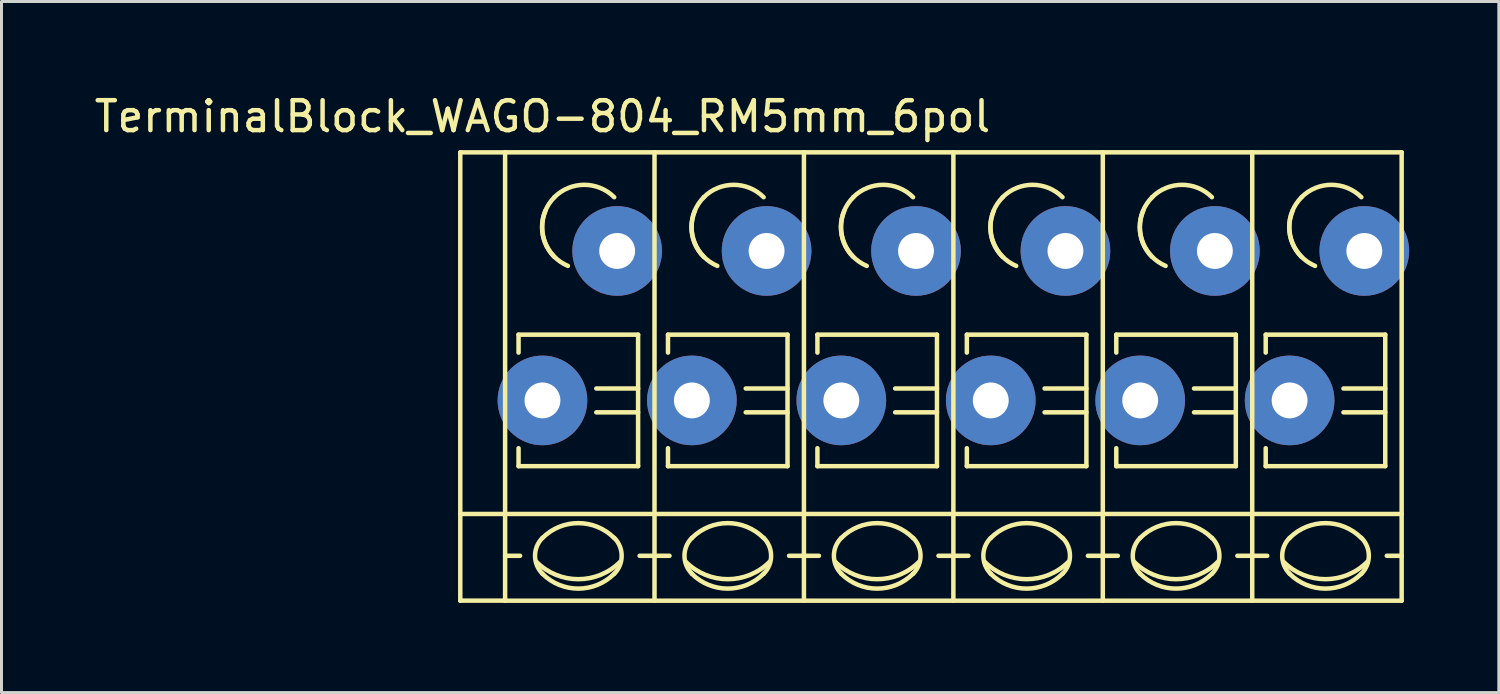
<source format=kicad_pcb>
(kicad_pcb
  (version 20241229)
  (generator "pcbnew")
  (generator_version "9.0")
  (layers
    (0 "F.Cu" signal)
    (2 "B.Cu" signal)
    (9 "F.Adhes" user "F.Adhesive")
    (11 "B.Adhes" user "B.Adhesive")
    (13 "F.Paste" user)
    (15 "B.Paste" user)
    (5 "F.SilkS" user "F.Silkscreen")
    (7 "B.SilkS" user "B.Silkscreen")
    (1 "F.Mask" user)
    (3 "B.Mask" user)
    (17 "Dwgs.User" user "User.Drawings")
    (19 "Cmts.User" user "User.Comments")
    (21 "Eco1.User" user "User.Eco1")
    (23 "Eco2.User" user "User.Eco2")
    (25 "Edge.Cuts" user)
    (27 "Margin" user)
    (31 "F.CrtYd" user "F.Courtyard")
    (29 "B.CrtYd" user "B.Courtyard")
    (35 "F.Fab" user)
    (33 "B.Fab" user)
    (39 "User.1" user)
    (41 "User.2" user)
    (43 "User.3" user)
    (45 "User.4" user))
  (footprint "TerminalBlock_WAGO-804_RM5mm_6pol"
    (layer "F.Cu")
    (at 15.101 10.348)
    (property "Reference" "TerminalBlock_WAGO-804_RM5mm_6pol" (at 0 -9.5 0) (layer "F.SilkS") (effects (font (size 1 1) (thickness 0.15))))
    (attr through_hole)
    (fp_line (start -2.75 -8.3) (end -1.25 -8.3) (stroke (width 0.15) (type solid)) (layer "F.SilkS"))
    (fp_line (start -2.75 6.7) (end -2.75 -8.3) (stroke (width 0.15) (type solid)) (layer "F.SilkS"))
    (fp_line (start -1.25 6.7) (end -2.75 6.7) (stroke (width 0.15) (type solid)) (layer "F.SilkS"))
    (fp_line (start -1.25 5.199) (end -0.749 5.199) (stroke (width 0.15) (type solid)) (layer "F.SilkS"))
    (fp_line (start -1.25 6.701) (end -1.25 -8.301) (stroke (width 0.15) (type solid)) (layer "F.SilkS"))
    (fp_line (start -0.8 -2.2) (end -0.8 -1.6) (stroke (width 0.15) (type solid)) (layer "F.SilkS"))
    (fp_line (start -0.8 -2.2) (end 3.2 -2.2) (stroke (width 0.15) (type solid)) (layer "F.SilkS"))
    (fp_line (start -0.8 2.2) (end -0.8 1.6) (stroke (width 0.15) (type solid)) (layer "F.SilkS"))
    (fp_line (start 3.2 -2.2) (end 3.2 2.2) (stroke (width 0.15) (type solid)) (layer "F.SilkS"))
    (fp_line (start 3.2 -0.399) (end 1.801 -0.399) (stroke (width 0.15) (type solid)) (layer "F.SilkS"))
    (fp_line (start 3.2 0.399) (end 1.801 0.399) (stroke (width 0.15) (type solid)) (layer "F.SilkS"))
    (fp_line (start 3.2 2.2) (end -0.8 2.2) (stroke (width 0.15) (type solid)) (layer "F.SilkS"))
    (fp_line (start 3.749 -8.301) (end -1.25 -8.301) (stroke (width 0.15) (type solid)) (layer "F.SilkS"))
    (fp_line (start 3.749 -8.301) (end 3.749 6.701) (stroke (width 0.15) (type solid)) (layer "F.SilkS"))
    (fp_line (start 3.749 5.199) (end 3.251 5.199) (stroke (width 0.15) (type solid)) (layer "F.SilkS"))
    (fp_line (start 3.749 6.701) (end -1.25 6.701) (stroke (width 0.15) (type solid)) (layer "F.SilkS"))
    (fp_line (start 3.75 3.8) (end -2.75 3.8) (stroke (width 0.15) (type solid)) (layer "F.SilkS"))
    (fp_line (start 3.75 3.8) (end 8.75 3.8) (stroke (width 0.15) (type solid)) (layer "F.SilkS"))
    (fp_line (start 3.75 5.199) (end 4.251 5.199) (stroke (width 0.15) (type solid)) (layer "F.SilkS"))
    (fp_line (start 4.2 -2.2) (end 4.2 -1.6) (stroke (width 0.15) (type solid)) (layer "F.SilkS"))
    (fp_line (start 4.2 -2.2) (end 8.2 -2.2) (stroke (width 0.15) (type solid)) (layer "F.SilkS"))
    (fp_line (start 4.2 2.2) (end 4.2 1.6) (stroke (width 0.15) (type solid)) (layer "F.SilkS"))
    (fp_line (start 8.2 -2.2) (end 8.2 2.2) (stroke (width 0.15) (type solid)) (layer "F.SilkS"))
    (fp_line (start 8.2 -0.399) (end 6.801 -0.399) (stroke (width 0.15) (type solid)) (layer "F.SilkS"))
    (fp_line (start 8.2 0.399) (end 6.801 0.399) (stroke (width 0.15) (type solid)) (layer "F.SilkS"))
    (fp_line (start 8.2 2.2) (end 4.2 2.2) (stroke (width 0.15) (type solid)) (layer "F.SilkS"))
    (fp_line (start 8.749 -8.301) (end 3.75 -8.301) (stroke (width 0.15) (type solid)) (layer "F.SilkS"))
    (fp_line (start 8.749 -8.301) (end 8.749 6.701) (stroke (width 0.15) (type solid)) (layer "F.SilkS"))
    (fp_line (start 8.749 5.199) (end 8.251 5.199) (stroke (width 0.15) (type solid)) (layer "F.SilkS"))
    (fp_line (start 8.749 6.701) (end 3.75 6.701) (stroke (width 0.15) (type solid)) (layer "F.SilkS"))
    (fp_line (start 8.75 3.8) (end 13.75 3.8) (stroke (width 0.15) (type solid)) (layer "F.SilkS"))
    (fp_line (start 8.75 5.199) (end 9.251 5.199) (stroke (width 0.15) (type solid)) (layer "F.SilkS"))
    (fp_line (start 9.2 -2.2) (end 9.2 -1.6) (stroke (width 0.15) (type solid)) (layer "F.SilkS"))
    (fp_line (start 9.2 -2.2) (end 13.2 -2.2) (stroke (width 0.15) (type solid)) (layer "F.SilkS"))
    (fp_line (start 9.2 2.2) (end 9.2 1.6) (stroke (width 0.15) (type solid)) (layer "F.SilkS"))
    (fp_line (start 13.2 -2.2) (end 13.2 2.2) (stroke (width 0.15) (type solid)) (layer "F.SilkS"))
    (fp_line (start 13.2 -0.399) (end 11.801 -0.399) (stroke (width 0.15) (type solid)) (layer "F.SilkS"))
    (fp_line (start 13.2 0.399) (end 11.801 0.399) (stroke (width 0.15) (type solid)) (layer "F.SilkS"))
    (fp_line (start 13.2 2.2) (end 9.2 2.2) (stroke (width 0.15) (type solid)) (layer "F.SilkS"))
    (fp_line (start 13.749 -8.301) (end 8.75 -8.301) (stroke (width 0.15) (type solid)) (layer "F.SilkS"))
    (fp_line (start 13.749 -8.301) (end 13.749 6.701) (stroke (width 0.15) (type solid)) (layer "F.SilkS"))
    (fp_line (start 13.749 5.199) (end 13.251 5.199) (stroke (width 0.15) (type solid)) (layer "F.SilkS"))
    (fp_line (start 13.749 6.701) (end 8.75 6.701) (stroke (width 0.15) (type solid)) (layer "F.SilkS"))
    (fp_line (start 13.75 3.8) (end 18.75 3.8) (stroke (width 0.15) (type solid)) (layer "F.SilkS"))
    (fp_line (start 13.75 5.199) (end 14.251 5.199) (stroke (width 0.15) (type solid)) (layer "F.SilkS"))
    (fp_line (start 14.2 -2.2) (end 14.2 -1.6) (stroke (width 0.15) (type solid)) (layer "F.SilkS"))
    (fp_line (start 14.2 -2.2) (end 18.2 -2.2) (stroke (width 0.15) (type solid)) (layer "F.SilkS"))
    (fp_line (start 14.2 2.2) (end 14.2 1.6) (stroke (width 0.15) (type solid)) (layer "F.SilkS"))
    (fp_line (start 18.2 -2.2) (end 18.2 2.2) (stroke (width 0.15) (type solid)) (layer "F.SilkS"))
    (fp_line (start 18.2 -0.399) (end 16.801 -0.399) (stroke (width 0.15) (type solid)) (layer "F.SilkS"))
    (fp_line (start 18.2 0.399) (end 16.801 0.399) (stroke (width 0.15) (type solid)) (layer "F.SilkS"))
    (fp_line (start 18.2 2.2) (end 14.2 2.2) (stroke (width 0.15) (type solid)) (layer "F.SilkS"))
    (fp_line (start 18.749 -8.301) (end 13.75 -8.301) (stroke (width 0.15) (type solid)) (layer "F.SilkS"))
    (fp_line (start 18.749 -8.301) (end 18.749 6.701) (stroke (width 0.15) (type solid)) (layer "F.SilkS"))
    (fp_line (start 18.749 5.199) (end 18.251 5.199) (stroke (width 0.15) (type solid)) (layer "F.SilkS"))
    (fp_line (start 18.749 6.701) (end 13.75 6.701) (stroke (width 0.15) (type solid)) (layer "F.SilkS"))
    (fp_line (start 18.75 3.8) (end 23.75 3.8) (stroke (width 0.15) (type solid)) (layer "F.SilkS"))
    (fp_line (start 18.75 5.199) (end 19.251 5.199) (stroke (width 0.15) (type solid)) (layer "F.SilkS"))
    (fp_line (start 19.2 -2.2) (end 19.2 -1.6) (stroke (width 0.15) (type solid)) (layer "F.SilkS"))
    (fp_line (start 19.2 -2.2) (end 23.2 -2.2) (stroke (width 0.15) (type solid)) (layer "F.SilkS"))
    (fp_line (start 19.2 2.2) (end 19.2 1.6) (stroke (width 0.15) (type solid)) (layer "F.SilkS"))
    (fp_line (start 23.2 -2.2) (end 23.2 2.2) (stroke (width 0.15) (type solid)) (layer "F.SilkS"))
    (fp_line (start 23.2 -0.399) (end 21.801 -0.399) (stroke (width 0.15) (type solid)) (layer "F.SilkS"))
    (fp_line (start 23.2 0.399) (end 21.801 0.399) (stroke (width 0.15) (type solid)) (layer "F.SilkS"))
    (fp_line (start 23.2 2.2) (end 19.2 2.2) (stroke (width 0.15) (type solid)) (layer "F.SilkS"))
    (fp_line (start 23.749 -8.301) (end 18.75 -8.301) (stroke (width 0.15) (type solid)) (layer "F.SilkS"))
    (fp_line (start 23.749 -8.301) (end 23.749 6.701) (stroke (width 0.15) (type solid)) (layer "F.SilkS"))
    (fp_line (start 23.749 5.199) (end 23.251 5.199) (stroke (width 0.15) (type solid)) (layer "F.SilkS"))
    (fp_line (start 23.749 6.701) (end 18.75 6.701) (stroke (width 0.15) (type solid)) (layer "F.SilkS"))
    (fp_line (start 23.75 3.8) (end 28.75 3.8) (stroke (width 0.15) (type solid)) (layer "F.SilkS"))
    (fp_line (start 23.75 5.199) (end 24.251 5.199) (stroke (width 0.15) (type solid)) (layer "F.SilkS"))
    (fp_line (start 24.2 -2.2) (end 24.2 -1.6) (stroke (width 0.15) (type solid)) (layer "F.SilkS"))
    (fp_line (start 24.2 -2.2) (end 28.2 -2.2) (stroke (width 0.15) (type solid)) (layer "F.SilkS"))
    (fp_line (start 24.2 2.2) (end 24.2 1.6) (stroke (width 0.15) (type solid)) (layer "F.SilkS"))
    (fp_line (start 28.2 -2.2) (end 28.2 2.2) (stroke (width 0.15) (type solid)) (layer "F.SilkS"))
    (fp_line (start 28.2 -0.399) (end 26.801 -0.399) (stroke (width 0.15) (type solid)) (layer "F.SilkS"))
    (fp_line (start 28.2 0.399) (end 26.801 0.399) (stroke (width 0.15) (type solid)) (layer "F.SilkS"))
    (fp_line (start 28.2 2.2) (end 24.2 2.2) (stroke (width 0.15) (type solid)) (layer "F.SilkS"))
    (fp_line (start 28.749 -8.301) (end 23.75 -8.301) (stroke (width 0.15) (type solid)) (layer "F.SilkS"))
    (fp_line (start 28.749 -8.301) (end 28.749 6.701) (stroke (width 0.15) (type solid)) (layer "F.SilkS"))
    (fp_line (start 28.749 5.199) (end 28.251 5.199) (stroke (width 0.15) (type solid)) (layer "F.SilkS"))
    (fp_line (start 28.749 6.701) (end 23.75 6.701) (stroke (width 0.15) (type solid)) (layer "F.SilkS"))
    (fp_arc (start 0 4.60248) (mid 1.19888 4.105888) (end 2.39776 4.60248) (stroke (width 0.15) (type solid)) (layer "F.SilkS"))
    (fp_arc (start 0 5.79882) (mid -0.248296 5.19938) (end 0 4.59994) (stroke (width 0.15) (type solid)) (layer "F.SilkS"))
    (fp_arc (start 0.39878 -6.79958) (mid 1.39954 -7.214108) (end 2.4003 -6.79958) (stroke (width 0.15) (type solid)) (layer "F.SilkS"))
    (fp_arc (start 0.39878 -4.8006) (mid -0.013952 -5.800616) (end 0.40132 -6.79958) (stroke (width 0.15) (type solid)) (layer "F.SilkS"))
    (fp_arc (start 0.8509 -4.50088) (mid 0.093811 -5.268985) (end 0.1016 -6.34746) (stroke (width 0.15) (type solid)) (layer "F.SilkS"))
    (fp_arc (start 2.4003 5.79882) (mid 1.200676 6.297208) (end 0 5.80136) (stroke (width 0.15) (type solid)) (layer "F.SilkS"))
    (fp_arc (start 2.40284 4.59994) (mid 2.650392 5.201176) (end 2.4003 5.80136) (stroke (width 0.15) (type solid)) (layer "F.SilkS"))
    (fp_arc (start 2.60096 5.40004) (mid 1.200676 5.981545) (end -0.20066 5.40258) (stroke (width 0.15) (type solid)) (layer "F.SilkS"))
    (fp_arc (start 5 4.60248) (mid 6.19888 4.105888) (end 7.39776 4.60248) (stroke (width 0.15) (type solid)) (layer "F.SilkS"))
    (fp_arc (start 5 5.79882) (mid 4.751704 5.19938) (end 5 4.59994) (stroke (width 0.15) (type solid)) (layer "F.SilkS"))
    (fp_arc (start 5.39878 -6.79958) (mid 6.39954 -7.214108) (end 7.4003 -6.79958) (stroke (width 0.15) (type solid)) (layer "F.SilkS"))
    (fp_arc (start 5.39878 -4.8006) (mid 4.986048 -5.800616) (end 5.40132 -6.79958) (stroke (width 0.15) (type solid)) (layer "F.SilkS"))
    (fp_arc (start 5.8509 -4.50088) (mid 5.093811 -5.268985) (end 5.1016 -6.34746) (stroke (width 0.15) (type solid)) (layer "F.SilkS"))
    (fp_arc (start 7.4003 5.79882) (mid 6.200676 6.297208) (end 5 5.80136) (stroke (width 0.15) (type solid)) (layer "F.SilkS"))
    (fp_arc (start 7.40284 4.59994) (mid 7.650392 5.201176) (end 7.4003 5.80136) (stroke (width 0.15) (type solid)) (layer "F.SilkS"))
    (fp_arc (start 7.60096 5.40004) (mid 6.200676 5.981545) (end 4.79934 5.40258) (stroke (width 0.15) (type solid)) (layer "F.SilkS"))
    (fp_arc (start 10 4.60248) (mid 11.19888 4.105888) (end 12.39776 4.60248) (stroke (width 0.15) (type solid)) (layer "F.SilkS"))
    (fp_arc (start 10 5.79882) (mid 9.751704 5.19938) (end 10 4.59994) (stroke (width 0.15) (type solid)) (layer "F.SilkS"))
    (fp_arc (start 10.39878 -6.79958) (mid 11.39954 -7.214108) (end 12.4003 -6.79958) (stroke (width 0.15) (type solid)) (layer "F.SilkS"))
    (fp_arc (start 10.39878 -4.8006) (mid 9.986048 -5.800616) (end 10.40132 -6.79958) (stroke (width 0.15) (type solid)) (layer "F.SilkS"))
    (fp_arc (start 10.8509 -4.50088) (mid 10.093811 -5.268985) (end 10.1016 -6.34746) (stroke (width 0.15) (type solid)) (layer "F.SilkS"))
    (fp_arc (start 12.4003 5.79882) (mid 11.200676 6.297208) (end 10 5.80136) (stroke (width 0.15) (type solid)) (layer "F.SilkS"))
    (fp_arc (start 12.40284 4.59994) (mid 12.650392 5.201176) (end 12.4003 5.80136) (stroke (width 0.15) (type solid)) (layer "F.SilkS"))
    (fp_arc (start 12.60096 5.40004) (mid 11.200676 5.981545) (end 9.79934 5.40258) (stroke (width 0.15) (type solid)) (layer "F.SilkS"))
    (fp_arc (start 15 4.60248) (mid 16.19888 4.105888) (end 17.39776 4.60248) (stroke (width 0.15) (type solid)) (layer "F.SilkS"))
    (fp_arc (start 15 5.79882) (mid 14.751704 5.19938) (end 15 4.59994) (stroke (width 0.15) (type solid)) (layer "F.SilkS"))
    (fp_arc (start 15.39878 -6.79958) (mid 16.39954 -7.214108) (end 17.4003 -6.79958) (stroke (width 0.15) (type solid)) (layer "F.SilkS"))
    (fp_arc (start 15.39878 -4.8006) (mid 14.986048 -5.800616) (end 15.40132 -6.79958) (stroke (width 0.15) (type solid)) (layer "F.SilkS"))
    (fp_arc (start 15.8509 -4.50088) (mid 15.093811 -5.268985) (end 15.1016 -6.34746) (stroke (width 0.15) (type solid)) (layer "F.SilkS"))
    (fp_arc (start 17.4003 5.79882) (mid 16.200676 6.297208) (end 15 5.80136) (stroke (width 0.15) (type solid)) (layer "F.SilkS"))
    (fp_arc (start 17.40284 4.59994) (mid 17.650392 5.201176) (end 17.4003 5.80136) (stroke (width 0.15) (type solid)) (layer "F.SilkS"))
    (fp_arc (start 17.60096 5.40004) (mid 16.200676 5.981545) (end 14.79934 5.40258) (stroke (width 0.15) (type solid)) (layer "F.SilkS"))
    (fp_arc (start 20 4.60248) (mid 21.19888 4.105888) (end 22.39776 4.60248) (stroke (width 0.15) (type solid)) (layer "F.SilkS"))
    (fp_arc (start 20 5.79882) (mid 19.751704 5.19938) (end 20 4.59994) (stroke (width 0.15) (type solid)) (layer "F.SilkS"))
    (fp_arc (start 20.39878 -6.79958) (mid 21.39954 -7.214108) (end 22.4003 -6.79958) (stroke (width 0.15) (type solid)) (layer "F.SilkS"))
    (fp_arc (start 20.39878 -4.8006) (mid 19.986048 -5.800616) (end 20.40132 -6.79958) (stroke (width 0.15) (type solid)) (layer "F.SilkS"))
    (fp_arc (start 20.8509 -4.50088) (mid 20.093811 -5.268985) (end 20.1016 -6.34746) (stroke (width 0.15) (type solid)) (layer "F.SilkS"))
    (fp_arc (start 22.4003 5.79882) (mid 21.200676 6.297208) (end 20 5.80136) (stroke (width 0.15) (type solid)) (layer "F.SilkS"))
    (fp_arc (start 22.40284 4.59994) (mid 22.650392 5.201176) (end 22.4003 5.80136) (stroke (width 0.15) (type solid)) (layer "F.SilkS"))
    (fp_arc (start 22.60096 5.40004) (mid 21.200676 5.981545) (end 19.79934 5.40258) (stroke (width 0.15) (type solid)) (layer "F.SilkS"))
    (fp_arc (start 25 4.60248) (mid 26.19888 4.105888) (end 27.39776 4.60248) (stroke (width 0.15) (type solid)) (layer "F.SilkS"))
    (fp_arc (start 25 5.79882) (mid 24.751704 5.19938) (end 25 4.59994) (stroke (width 0.15) (type solid)) (layer "F.SilkS"))
    (fp_arc (start 25.39878 -6.79958) (mid 26.39954 -7.214108) (end 27.4003 -6.79958) (stroke (width 0.15) (type solid)) (layer "F.SilkS"))
    (fp_arc (start 25.39878 -4.8006) (mid 24.986048 -5.800616) (end 25.40132 -6.79958) (stroke (width 0.15) (type solid)) (layer "F.SilkS"))
    (fp_arc (start 25.8509 -4.50088) (mid 25.093811 -5.268985) (end 25.1016 -6.34746) (stroke (width 0.15) (type solid)) (layer "F.SilkS"))
    (fp_arc (start 27.4003 5.79882) (mid 26.200676 6.297208) (end 25 5.80136) (stroke (width 0.15) (type solid)) (layer "F.SilkS"))
    (fp_arc (start 27.40284 4.59994) (mid 27.650392 5.201176) (end 27.4003 5.80136) (stroke (width 0.15) (type solid)) (layer "F.SilkS"))
    (fp_arc (start 27.60096 5.40004) (mid 26.200676 5.981545) (end 24.79934 5.40258) (stroke (width 0.15) (type solid)) (layer "F.SilkS"))
    (pad "1" thru_hole circle (at 0 0) (size 3 3) (drill 1.2) (layers "*.Cu" "*.Mask"))
    (pad "1" thru_hole circle (at 2.499 -5.001) (size 3 3) (drill 1.2) (layers "*.Cu" "*.Mask"))
    (pad "2" thru_hole circle (at 5 0) (size 3 3) (drill 1.2) (layers "*.Cu" "*.Mask"))
    (pad "2" thru_hole circle (at 7.499 -5.001) (size 3 3) (drill 1.2) (layers "*.Cu" "*.Mask"))
    (pad "3" thru_hole circle (at 10 0) (size 3 3) (drill 1.2) (layers "*.Cu" "*.Mask"))
    (pad "3" thru_hole circle (at 12.499 -5.001) (size 3 3) (drill 1.2) (layers "*.Cu" "*.Mask"))
    (pad "4" thru_hole circle (at 15 0) (size 3 3) (drill 1.2) (layers "*.Cu" "*.Mask"))
    (pad "4" thru_hole circle (at 17.499 -5.001) (size 3 3) (drill 1.2) (layers "*.Cu" "*.Mask"))
    (pad "5" thru_hole circle (at 20 0) (size 3 3) (drill 1.2) (layers "*.Cu" "*.Mask"))
    (pad "5" thru_hole circle (at 22.499 -5.001) (size 3 3) (drill 1.2) (layers "*.Cu" "*.Mask"))
    (pad "6" thru_hole circle (at 25 0) (size 3 3) (drill 1.2) (layers "*.Cu" "*.Mask"))
    (pad "6" thru_hole circle (at 27.499 -5.001) (size 3 3) (drill 1.2) (layers "*.Cu" "*.Mask")))
  (gr_rect
    (start -3 -3)
    (end 47.101 20.124)
    (stroke (width 0.1) (type default))
    (fill no)
    (layer "Edge.Cuts")))
</source>
